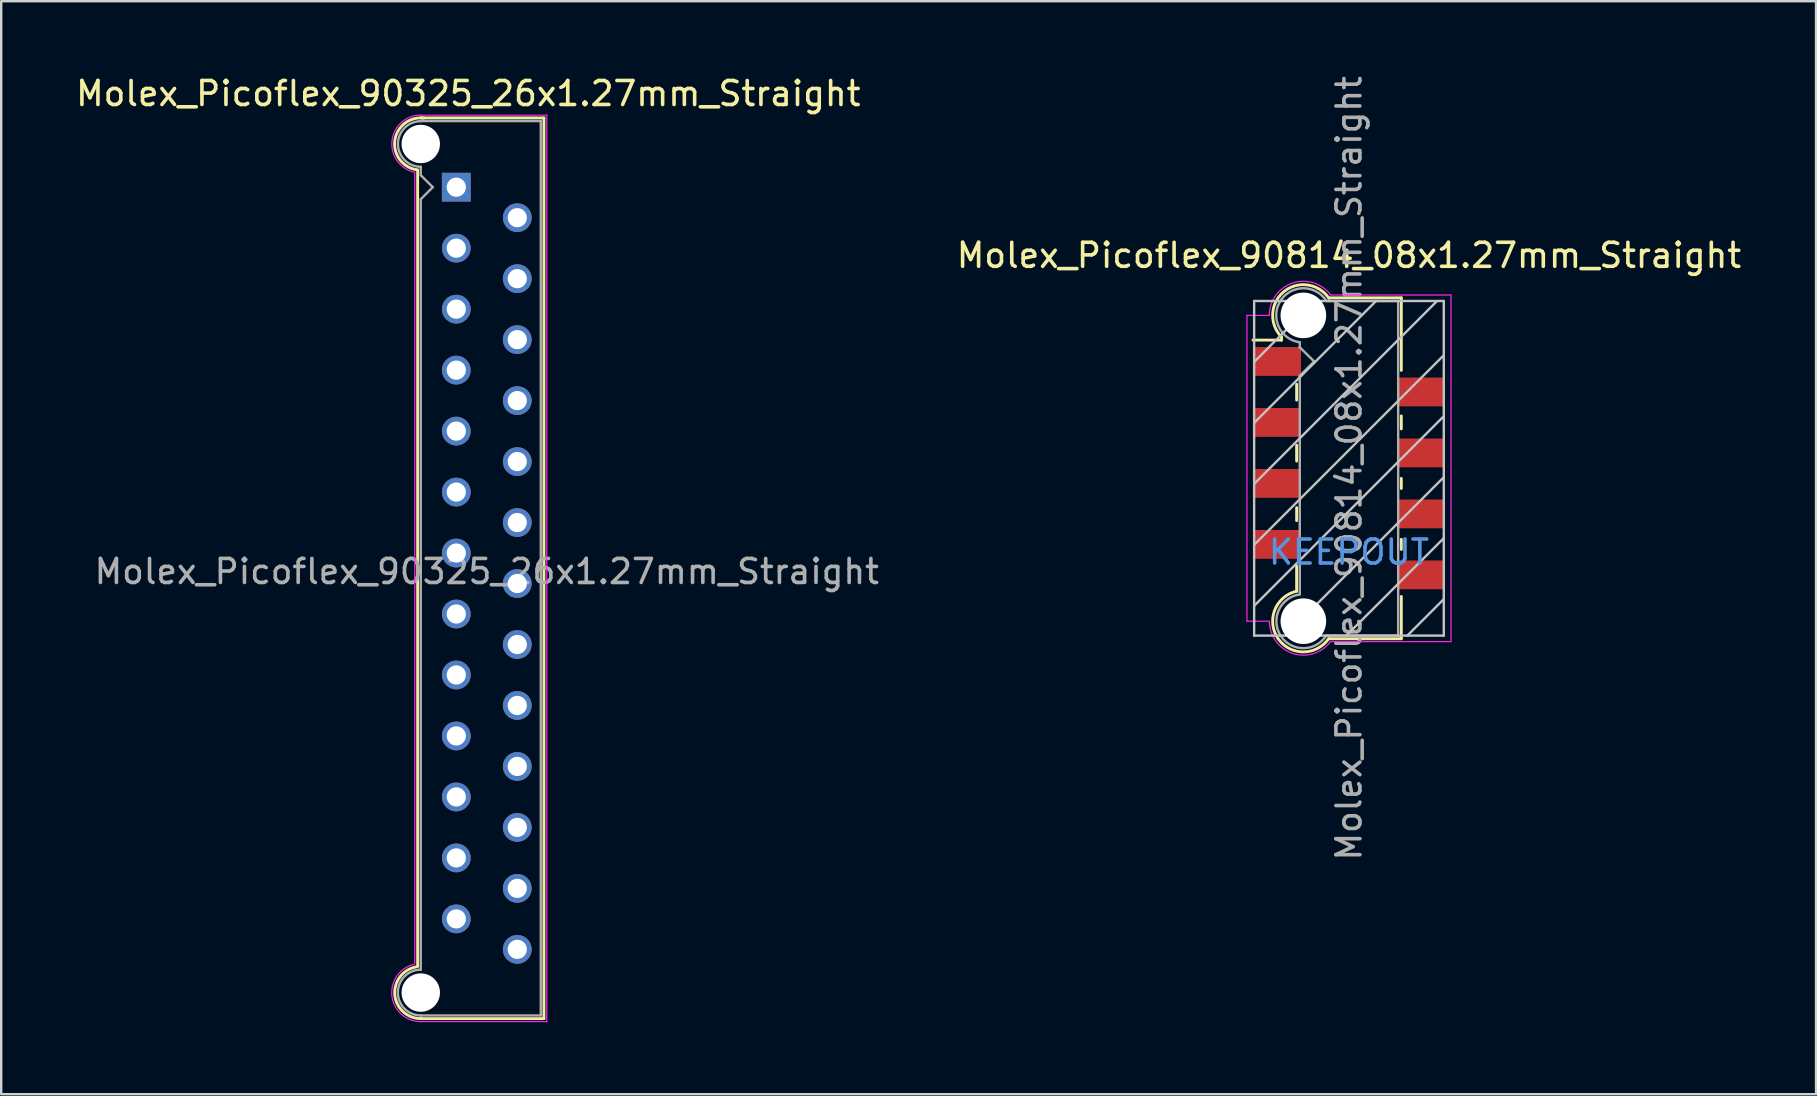
<source format=kicad_pcb>
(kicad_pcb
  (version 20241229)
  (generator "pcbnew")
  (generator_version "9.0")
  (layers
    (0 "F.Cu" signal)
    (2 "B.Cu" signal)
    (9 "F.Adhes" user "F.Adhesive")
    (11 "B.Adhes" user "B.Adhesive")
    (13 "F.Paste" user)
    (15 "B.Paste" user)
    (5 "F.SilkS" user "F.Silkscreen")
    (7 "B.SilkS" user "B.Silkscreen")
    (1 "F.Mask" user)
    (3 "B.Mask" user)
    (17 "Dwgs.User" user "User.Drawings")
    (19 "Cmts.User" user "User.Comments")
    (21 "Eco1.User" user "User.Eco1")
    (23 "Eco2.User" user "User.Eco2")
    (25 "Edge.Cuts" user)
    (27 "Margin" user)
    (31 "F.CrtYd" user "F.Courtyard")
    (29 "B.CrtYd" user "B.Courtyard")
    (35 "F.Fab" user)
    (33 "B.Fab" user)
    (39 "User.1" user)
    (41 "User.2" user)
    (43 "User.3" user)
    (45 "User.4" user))
  (footprint "Molex_Picoflex_90814_08x1.27mm_Straight"
    (layer "F.Cu")
    (at 53.145 16.458)
    (property "Reference" "Molex_Picoflex_90814_08x1.27mm_Straight" (at 0 -8.87 0) (layer "F.SilkS") (effects (font (size 1 1) (thickness 0.15))))
    (attr smd)
    (fp_line (start -2.81 -5.47) (end -2.81 -5.34) (stroke (width 0.12) (type solid)) (layer "F.SilkS"))
    (fp_line (start -2.81 -5.34) (end -4 -5.34) (stroke (width 0.12) (type solid)) (layer "F.SilkS"))
    (fp_line (start -2.18 -2.84) (end -2.18 -3.5) (stroke (width 0.12) (type solid)) (layer "F.SilkS"))
    (fp_line (start -2.18 -0.3) (end -2.18 -0.96) (stroke (width 0.12) (type solid)) (layer "F.SilkS"))
    (fp_line (start -2.18 2.18) (end -2.18 1.64) (stroke (width 0.12) (type solid)) (layer "F.SilkS"))
    (fp_line (start -2.18 5.12) (end -2.18 4.08) (stroke (width 0.12) (type solid)) (layer "F.SilkS"))
    (fp_line (start 2.18 -7.1) (end -0.82 -7.1) (stroke (width 0.12) (type solid)) (layer "F.SilkS"))
    (fp_line (start 2.18 -7.1) (end 2.18 -4.08) (stroke (width 0.12) (type solid)) (layer "F.SilkS"))
    (fp_line (start 2.18 -2.18) (end 2.18 -1.64) (stroke (width 0.12) (type solid)) (layer "F.SilkS"))
    (fp_line (start 2.18 0.42) (end 2.18 0.84) (stroke (width 0.12) (type solid)) (layer "F.SilkS"))
    (fp_line (start 2.18 2.96) (end 2.18 3.38) (stroke (width 0.12) (type solid)) (layer "F.SilkS"))
    (fp_line (start 2.18 5.34) (end 2.18 7.1) (stroke (width 0.12) (type solid)) (layer "F.SilkS"))
    (fp_line (start 2.18 7.1) (end -0.85 7.1) (stroke (width 0.12) (type solid)) (layer "F.SilkS"))
    (fp_arc (start -2.81 -5.47) (mid -2.708637 -7.362072) (end -0.834991 -7.079828) (stroke (width 0.12) (type solid)) (layer "F.SilkS"))
    (fp_arc (start -0.85 7.1) (mid -2.962791 7.081248) (end -2.174424 5.120964) (stroke (width 0.12) (type solid)) (layer "F.SilkS"))
    (fp_line (start -3.95 -6.97) (end -3.95 6.97) (stroke (width 0.1) (type solid)) (layer "Dwgs.User"))
    (fp_line (start -3.95 -4.43) (end -1.41 -6.97) (stroke (width 0.1) (type solid)) (layer "Dwgs.User"))
    (fp_line (start -3.95 -1.89) (end 1.13 -6.97) (stroke (width 0.1) (type solid)) (layer "Dwgs.User"))
    (fp_line (start -3.95 0.65) (end 3.67 -6.97) (stroke (width 0.1) (type solid)) (layer "Dwgs.User"))
    (fp_line (start -3.95 3.19) (end 3.95 -4.71) (stroke (width 0.1) (type solid)) (layer "Dwgs.User"))
    (fp_line (start -3.95 5.73) (end 3.95 -2.17) (stroke (width 0.1) (type solid)) (layer "Dwgs.User"))
    (fp_line (start -3.95 6.97) (end 3.95 6.97) (stroke (width 0.1) (type solid)) (layer "Dwgs.User"))
    (fp_line (start -2.65 6.97) (end 3.95 0.37) (stroke (width 0.1) (type solid)) (layer "Dwgs.User"))
    (fp_line (start -0.11 6.97) (end 3.95 2.91) (stroke (width 0.1) (type solid)) (layer "Dwgs.User"))
    (fp_line (start 2.43 6.97) (end 3.95 5.45) (stroke (width 0.1) (type solid)) (layer "Dwgs.User"))
    (fp_line (start 3.95 -6.97) (end -3.95 -6.97) (stroke (width 0.1) (type solid)) (layer "Dwgs.User"))
    (fp_line (start 3.95 6.97) (end 3.95 -6.97) (stroke (width 0.1) (type solid)) (layer "Dwgs.User"))
    (fp_line (start -4.25 6.37) (end -4.25 -6.37) (stroke (width 0.05) (type solid)) (layer "F.CrtYd"))
    (fp_line (start -3.32 -6.37) (end -4.25 -6.37) (stroke (width 0.05) (type solid)) (layer "F.CrtYd"))
    (fp_line (start -3.32 6.37) (end -4.25 6.37) (stroke (width 0.05) (type solid)) (layer "F.CrtYd"))
    (fp_line (start 4.25 -7.22) (end -0.76 -7.22) (stroke (width 0.05) (type solid)) (layer "F.CrtYd"))
    (fp_line (start 4.25 -7.22) (end 4.25 7.22) (stroke (width 0.05) (type solid)) (layer "F.CrtYd"))
    (fp_line (start 4.25 7.22) (end -0.77 7.22) (stroke (width 0.05) (type solid)) (layer "F.CrtYd"))
    (fp_arc (start -3.32 -6.37) (mid -2.344692 -7.718573) (end -0.758523 -7.214648) (stroke (width 0.05) (type solid)) (layer "F.CrtYd"))
    (fp_arc (start -0.77 7.22) (mid -2.348691 7.710924) (end -3.314001 6.368743) (stroke (width 0.05) (type solid)) (layer "F.CrtYd"))
    (fp_line (start -2.05 -5.04) (end -2.05 -5.25) (stroke (width 0.1) (type solid)) (layer "F.Fab"))
    (fp_line (start -2.05 -3.85) (end -1.45 -4.45) (stroke (width 0.1) (type solid)) (layer "F.Fab"))
    (fp_line (start -2.05 5.25) (end -2.05 -3.85) (stroke (width 0.1) (type solid)) (layer "F.Fab"))
    (fp_line (start -1.45 -4.45) (end -2.05 -5.04) (stroke (width 0.1) (type solid)) (layer "F.Fab"))
    (fp_line (start 2.05 -6.97) (end -0.93 -6.97) (stroke (width 0.1) (type solid)) (layer "F.Fab"))
    (fp_line (start 2.05 -6.97) (end 2.05 6.97) (stroke (width 0.1) (type solid)) (layer "F.Fab"))
    (fp_line (start 2.05 6.97) (end -0.95 6.97) (stroke (width 0.1) (type solid)) (layer "F.Fab"))
    (fp_arc (start -2.05 -5.25) (mid -2.851672 -6.979279) (end -0.945612 -6.975015) (stroke (width 0.1) (type solid)) (layer "F.Fab"))
    (fp_arc (start -0.95 6.97) (mid -2.845272 6.977422) (end -2.051022 5.256585) (stroke (width 0.1) (type solid)) (layer "F.Fab"))
    (fp_text user "KEEPOUT" (at 0 3.49 0) (layer "Cmts.User") (effects (font (size 1 1) (thickness 0.15))))
    (fp_text user "${REFERENCE}" (at 0 0 90) (layer "F.Fab") (effects (font (size 1 1) (thickness 0.15))))
    (pad "" np_thru_hole circle (at -1.9 -6.37) (size 1.9 1.9) (drill 1.9) (layers "*.Cu"))
    (pad "" np_thru_hole circle (at -1.9 6.37) (size 1.9 1.9) (drill 1.9) (layers "*.Cu"))
    (pad "1" smd rect (at -3 -4.45) (size 2 1.2) (layers "F.Cu" "F.Mask" "F.Paste"))
    (pad "2" smd rect (at 3 -3.18) (size 2 1.2) (layers "F.Cu" "F.Mask" "F.Paste"))
    (pad "3" smd rect (at -3 -1.91) (size 2 1.2) (layers "F.Cu" "F.Mask" "F.Paste"))
    (pad "4" smd rect (at 3 -0.64) (size 2 1.2) (layers "F.Cu" "F.Mask" "F.Paste"))
    (pad "5" smd rect (at -3 0.63) (size 2 1.2) (layers "F.Cu" "F.Mask" "F.Paste"))
    (pad "6" smd rect (at 3 1.9) (size 2 1.2) (layers "F.Cu" "F.Mask" "F.Paste"))
    (pad "7" smd rect (at -3 3.17) (size 2 1.2) (layers "F.Cu" "F.Mask" "F.Paste"))
    (pad "8" smd rect (at 3 4.44) (size 2 1.2) (layers "F.Cu" "F.Mask" "F.Paste")))
  (footprint "Molex_Picoflex_90325_26x1.27mm_Straight"
    (layer "F.Cu")
    (at 15.958 4.748)
    (property "Reference" "Molex_Picoflex_90325_26x1.27mm_Straight" (at 0.5 -3.9 0) (layer "F.SilkS") (effects (font (size 1 1) (thickness 0.15))))
    (attr through_hole)
    (fp_line (start -1.61 -0.715) (end -1.61 32.465) (stroke (width 0.12) (type solid)) (layer "F.SilkS"))
    (fp_line (start -1.48 -2.885) (end 3.65 -2.885) (stroke (width 0.12) (type solid)) (layer "F.SilkS"))
    (fp_line (start 3.65 -2.885) (end 3.65 34.635) (stroke (width 0.12) (type solid)) (layer "F.SilkS"))
    (fp_line (start 3.65 34.635) (end -1.48 34.635) (stroke (width 0.12) (type solid)) (layer "F.SilkS"))
    (fp_arc (start -1.61 -0.72) (mid -2.56 -1.93) (end -1.35 -2.88) (stroke (width 0.12) (type solid)) (layer "F.SilkS"))
    (fp_arc (start -1.47 34.635) (mid -2.56 33.654526) (end -1.678256 32.48322) (stroke (width 0.12) (type solid)) (layer "F.SilkS"))
    (fp_line (start -1.73 -0.6) (end -1.73 32.34) (stroke (width 0.05) (type solid)) (layer "F.CrtYd"))
    (fp_line (start -1.48 -3) (end 3.77 -3) (stroke (width 0.05) (type solid)) (layer "F.CrtYd"))
    (fp_line (start 3.77 -3) (end 3.77 34.76) (stroke (width 0.05) (type solid)) (layer "F.CrtYd"))
    (fp_line (start 3.77 34.76) (end -1.48 34.76) (stroke (width 0.05) (type solid)) (layer "F.CrtYd"))
    (fp_arc (start -1.73 -0.62) (mid -2.679668 -1.925287) (end -1.480799 -3.006192) (stroke (width 0.05) (type solid)) (layer "F.CrtYd"))
    (fp_arc (start -1.47 34.76) (mid -2.682326 33.686425) (end -1.741355 32.368521) (stroke (width 0.05) (type solid)) (layer "F.CrtYd"))
    (fp_line (start -1.48 -2.755) (end 3.52 -2.755) (stroke (width 0.1) (type solid)) (layer "F.Fab"))
    (fp_line (start -1.48 -0.845) (end -1.48 -0.5) (stroke (width 0.1) (type solid)) (layer "F.Fab"))
    (fp_line (start -1.48 -0.5) (end -0.98 0) (stroke (width 0.1) (type solid)) (layer "F.Fab"))
    (fp_line (start -1.48 0.5) (end -1.48 32.595) (stroke (width 0.1) (type solid)) (layer "F.Fab"))
    (fp_line (start -0.98 0) (end -1.48 0.5) (stroke (width 0.1) (type solid)) (layer "F.Fab"))
    (fp_line (start 3.52 -2.755) (end 3.52 34.505) (stroke (width 0.1) (type solid)) (layer "F.Fab"))
    (fp_line (start 3.52 34.505) (end -1.48 34.505) (stroke (width 0.1) (type solid)) (layer "F.Fab"))
    (fp_arc (start -1.48 -0.85) (mid -2.43 -1.8) (end -1.48 -2.75) (stroke (width 0.1) (type solid)) (layer "F.Fab"))
    (fp_arc (start -1.48 34.505) (mid -2.435 33.55) (end -1.48 32.595) (stroke (width 0.1) (type solid)) (layer "F.Fab"))
    (fp_text user "${REFERENCE}" (at 1.27 16.01 0) (layer "F.Fab") (effects (font (size 1 1) (thickness 0.15))))
    (pad "" np_thru_hole circle (at -1.48 -1.8) (size 1.6 1.6) (drill 1.6) (layers "*.Cu"))
    (pad "" np_thru_hole circle (at -1.48 33.55) (size 1.6 1.6) (drill 1.6) (layers "*.Cu"))
    (pad "1" thru_hole rect (at 0 0) (size 1.2 1.2) (drill 0.8) (layers "*.Cu" "*.Mask"))
    (pad "2" thru_hole circle (at 2.54 1.27) (size 1.2 1.2) (drill 0.8) (layers "*.Cu" "*.Mask"))
    (pad "3" thru_hole circle (at 0 2.54) (size 1.2 1.2) (drill 0.8) (layers "*.Cu" "*.Mask"))
    (pad "4" thru_hole circle (at 2.54 3.81) (size 1.2 1.2) (drill 0.8) (layers "*.Cu" "*.Mask"))
    (pad "5" thru_hole circle (at 0 5.08) (size 1.2 1.2) (drill 0.8) (layers "*.Cu" "*.Mask"))
    (pad "6" thru_hole circle (at 2.54 6.35) (size 1.2 1.2) (drill 0.8) (layers "*.Cu" "*.Mask"))
    (pad "7" thru_hole circle (at 0 7.62) (size 1.2 1.2) (drill 0.8) (layers "*.Cu" "*.Mask"))
    (pad "8" thru_hole circle (at 2.54 8.89) (size 1.2 1.2) (drill 0.8) (layers "*.Cu" "*.Mask"))
    (pad "9" thru_hole circle (at 0 10.16) (size 1.2 1.2) (drill 0.8) (layers "*.Cu" "*.Mask"))
    (pad "10" thru_hole circle (at 2.54 11.43) (size 1.2 1.2) (drill 0.8) (layers "*.Cu" "*.Mask"))
    (pad "11" thru_hole circle (at 0 12.7) (size 1.2 1.2) (drill 0.8) (layers "*.Cu" "*.Mask"))
    (pad "12" thru_hole circle (at 2.54 13.97) (size 1.2 1.2) (drill 0.8) (layers "*.Cu" "*.Mask"))
    (pad "13" thru_hole circle (at 0 15.24) (size 1.2 1.2) (drill 0.8) (layers "*.Cu" "*.Mask"))
    (pad "14" thru_hole circle (at 2.54 16.51) (size 1.2 1.2) (drill 0.8) (layers "*.Cu" "*.Mask"))
    (pad "15" thru_hole circle (at 0 17.78) (size 1.2 1.2) (drill 0.8) (layers "*.Cu" "*.Mask"))
    (pad "16" thru_hole circle (at 2.54 19.05) (size 1.2 1.2) (drill 0.8) (layers "*.Cu" "*.Mask"))
    (pad "17" thru_hole circle (at 0 20.32) (size 1.2 1.2) (drill 0.8) (layers "*.Cu" "*.Mask"))
    (pad "18" thru_hole circle (at 2.54 21.59) (size 1.2 1.2) (drill 0.8) (layers "*.Cu" "*.Mask"))
    (pad "19" thru_hole circle (at 0 22.86) (size 1.2 1.2) (drill 0.8) (layers "*.Cu" "*.Mask"))
    (pad "20" thru_hole circle (at 2.54 24.13) (size 1.2 1.2) (drill 0.8) (layers "*.Cu" "*.Mask"))
    (pad "21" thru_hole circle (at 0 25.4) (size 1.2 1.2) (drill 0.8) (layers "*.Cu" "*.Mask"))
    (pad "22" thru_hole circle (at 2.54 26.67) (size 1.2 1.2) (drill 0.8) (layers "*.Cu" "*.Mask"))
    (pad "23" thru_hole circle (at 0 27.94) (size 1.2 1.2) (drill 0.8) (layers "*.Cu" "*.Mask"))
    (pad "24" thru_hole circle (at 2.54 29.21) (size 1.2 1.2) (drill 0.8) (layers "*.Cu" "*.Mask"))
    (pad "25" thru_hole circle (at 0 30.48) (size 1.2 1.2) (drill 0.8) (layers "*.Cu" "*.Mask"))
    (pad "26" thru_hole circle (at 2.54 31.75) (size 1.2 1.2) (drill 0.8) (layers "*.Cu" "*.Mask")))
  (gr_rect
    (start -3 -3)
    (end 72.603 42.533)
    (stroke (width 0.1) (type default))
    (fill no)
    (layer "Edge.Cuts")))
</source>
